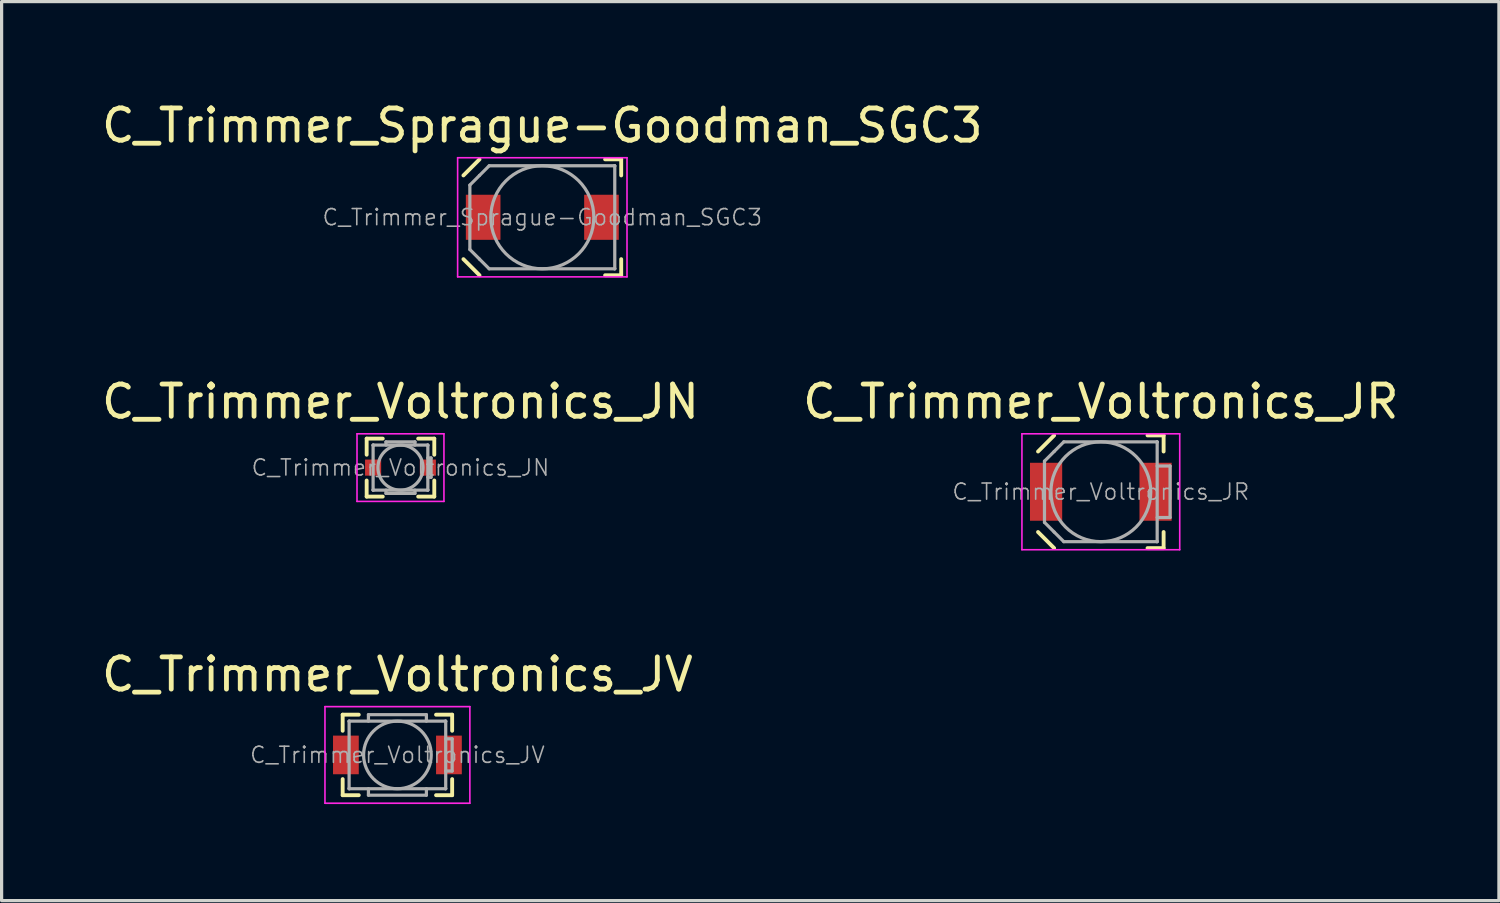
<source format=kicad_pcb>
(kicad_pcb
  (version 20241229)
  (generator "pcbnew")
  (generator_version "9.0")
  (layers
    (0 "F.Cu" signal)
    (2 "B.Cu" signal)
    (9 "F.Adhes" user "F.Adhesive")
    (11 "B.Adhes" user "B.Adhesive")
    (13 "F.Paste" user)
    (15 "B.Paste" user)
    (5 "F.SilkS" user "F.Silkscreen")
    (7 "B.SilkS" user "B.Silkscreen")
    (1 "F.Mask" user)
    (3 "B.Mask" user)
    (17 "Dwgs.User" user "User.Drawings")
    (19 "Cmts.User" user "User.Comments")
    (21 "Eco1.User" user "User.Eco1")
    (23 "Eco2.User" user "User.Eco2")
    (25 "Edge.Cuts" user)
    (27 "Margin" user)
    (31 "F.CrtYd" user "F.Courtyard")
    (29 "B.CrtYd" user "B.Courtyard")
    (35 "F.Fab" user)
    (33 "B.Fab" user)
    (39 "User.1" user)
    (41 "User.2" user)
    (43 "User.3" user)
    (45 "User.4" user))
  (footprint "C_Trimmer_Voltronics_JV"
    (layer "F.Cu")
    (at 9.292 20.395)
    (property "Reference" "C_Trimmer_Voltronics_JV" (at 0 -2.5 0) (layer "F.SilkS") (effects (font (size 1 1) (thickness 0.15))))
    (attr smd)
    (fp_line (start -1.7 -1.25) (end -1.7 -0.75) (stroke (width 0.12) (type solid)) (layer "F.SilkS"))
    (fp_line (start -1.7 -1.25) (end -1.2 -1.25) (stroke (width 0.12) (type solid)) (layer "F.SilkS"))
    (fp_line (start -1.7 1.25) (end -1.7 0.75) (stroke (width 0.12) (type solid)) (layer "F.SilkS"))
    (fp_line (start -1.7 1.25) (end -1.2 1.25) (stroke (width 0.12) (type solid)) (layer "F.SilkS"))
    (fp_line (start 1.7 -1.25) (end 1.2 -1.25) (stroke (width 0.12) (type solid)) (layer "F.SilkS"))
    (fp_line (start 1.7 -1.25) (end 1.7 -0.75) (stroke (width 0.12) (type solid)) (layer "F.SilkS"))
    (fp_line (start 1.7 1.25) (end 1.2 1.25) (stroke (width 0.12) (type solid)) (layer "F.SilkS"))
    (fp_line (start 1.7 1.25) (end 1.7 0.75) (stroke (width 0.12) (type solid)) (layer "F.SilkS"))
    (fp_line (start -2.25 -1.5) (end -2.25 1.5) (stroke (width 0.05) (type solid)) (layer "F.CrtYd"))
    (fp_line (start -2.25 1.5) (end 2.25 1.5) (stroke (width 0.05) (type solid)) (layer "F.CrtYd"))
    (fp_line (start 2.25 -1.5) (end -2.25 -1.5) (stroke (width 0.05) (type solid)) (layer "F.CrtYd"))
    (fp_line (start 2.25 1.5) (end 2.25 -1.5) (stroke (width 0.05) (type solid)) (layer "F.CrtYd"))
    (fp_line (start -1.5 -1.05) (end -1.49 -1.05) (stroke (width 0.1) (type solid)) (layer "F.Fab"))
    (fp_line (start -1.5 -1.04) (end -1.5 -1.05) (stroke (width 0.1) (type solid)) (layer "F.Fab"))
    (fp_line (start -1.5 1.04) (end -1.5 -1.04) (stroke (width 0.1) (type solid)) (layer "F.Fab"))
    (fp_line (start -1.5 1.05) (end -1.5 1.04) (stroke (width 0.1) (type solid)) (layer "F.Fab"))
    (fp_line (start -1.49 -1.05) (end 1.49 -1.05) (stroke (width 0.1) (type solid)) (layer "F.Fab"))
    (fp_line (start -1.49 1.05) (end -1.5 1.05) (stroke (width 0.1) (type solid)) (layer "F.Fab"))
    (fp_line (start -0.9 -1.25) (end 0.9 -1.25) (stroke (width 0.1) (type solid)) (layer "F.Fab"))
    (fp_line (start -0.9 -1.05) (end -0.9 -1.25) (stroke (width 0.1) (type solid)) (layer "F.Fab"))
    (fp_line (start -0.9 1.05) (end -0.9 1.25) (stroke (width 0.1) (type solid)) (layer "F.Fab"))
    (fp_line (start -0.9 1.25) (end 0.9 1.25) (stroke (width 0.1) (type solid)) (layer "F.Fab"))
    (fp_line (start 0.9 -1.25) (end 0.9 -1.05) (stroke (width 0.1) (type solid)) (layer "F.Fab"))
    (fp_line (start 0.9 1.25) (end 0.9 1.05) (stroke (width 0.1) (type solid)) (layer "F.Fab"))
    (fp_line (start 1.49 -1.05) (end 1.5 -1.05) (stroke (width 0.1) (type solid)) (layer "F.Fab"))
    (fp_line (start 1.49 1.05) (end -1.49 1.05) (stroke (width 0.1) (type solid)) (layer "F.Fab"))
    (fp_line (start 1.5 -1.05) (end 1.5 -1.04) (stroke (width 0.1) (type solid)) (layer "F.Fab"))
    (fp_line (start 1.5 -1.04) (end 1.5 1.04) (stroke (width 0.1) (type solid)) (layer "F.Fab"))
    (fp_line (start 1.5 -0.5) (end 1.7 -0.5) (stroke (width 0.1) (type solid)) (layer "F.Fab"))
    (fp_line (start 1.5 1.04) (end 1.5 1.05) (stroke (width 0.1) (type solid)) (layer "F.Fab"))
    (fp_line (start 1.5 1.05) (end 1.49 1.05) (stroke (width 0.1) (type solid)) (layer "F.Fab"))
    (fp_line (start 1.7 -0.5) (end 1.7 0.5) (stroke (width 0.1) (type solid)) (layer "F.Fab"))
    (fp_line (start 1.7 0.5) (end 1.5 0.5) (stroke (width 0.1) (type solid)) (layer "F.Fab"))
    (fp_circle (center 0 0) (end 1.05 0) (stroke (width 0.1) (type solid)) (fill no) (layer "F.Fab"))
    (fp_text user "${REFERENCE}" (at 0 0 0) (layer "F.Fab") (effects (font (size 0.5 0.5) (thickness 0.05))))
    (pad "1" smd rect (at -1.6 0) (size 0.8 1.2) (layers "F.Cu" "F.Mask" "F.Paste"))
    (pad "2" smd rect (at 1.6 0) (size 0.8 1.2) (layers "F.Cu" "F.Mask" "F.Paste")))
  (footprint "C_Trimmer_Voltronics_JR"
    (layer "F.Cu")
    (at 31.137 12.222)
    (property "Reference" "C_Trimmer_Voltronics_JR" (at 0 -2.8 0) (layer "F.SilkS") (effects (font (size 1 1) (thickness 0.15))))
    (attr smd)
    (fp_line (start -1.95 -1.25) (end -1.45 -1.75) (stroke (width 0.12) (type solid)) (layer "F.SilkS"))
    (fp_line (start -1.95 1.25) (end -1.45 1.75) (stroke (width 0.12) (type solid)) (layer "F.SilkS"))
    (fp_line (start 1.95 -1.75) (end 1.45 -1.75) (stroke (width 0.12) (type solid)) (layer "F.SilkS"))
    (fp_line (start 1.95 -1.75) (end 1.95 -1.25) (stroke (width 0.12) (type solid)) (layer "F.SilkS"))
    (fp_line (start 1.95 1.75) (end 1.45 1.75) (stroke (width 0.12) (type solid)) (layer "F.SilkS"))
    (fp_line (start 1.95 1.75) (end 1.95 1.25) (stroke (width 0.12) (type solid)) (layer "F.SilkS"))
    (fp_line (start -2.45 -1.8) (end -2.45 1.8) (stroke (width 0.05) (type solid)) (layer "F.CrtYd"))
    (fp_line (start -2.45 1.8) (end 2.45 1.8) (stroke (width 0.05) (type solid)) (layer "F.CrtYd"))
    (fp_line (start 2.45 -1.8) (end -2.45 -1.8) (stroke (width 0.05) (type solid)) (layer "F.CrtYd"))
    (fp_line (start 2.45 1.8) (end 2.45 -1.8) (stroke (width 0.05) (type solid)) (layer "F.CrtYd"))
    (fp_line (start -1.75 -0.95) (end -1.45 -1.25) (stroke (width 0.1) (type solid)) (layer "F.Fab"))
    (fp_line (start -1.75 0.95) (end -1.75 -0.95) (stroke (width 0.1) (type solid)) (layer "F.Fab"))
    (fp_line (start -1.45 -1.25) (end -1.15 -1.55) (stroke (width 0.1) (type solid)) (layer "F.Fab"))
    (fp_line (start -1.45 1.25) (end -1.75 0.95) (stroke (width 0.1) (type solid)) (layer "F.Fab"))
    (fp_line (start -1.15 -1.55) (end 1.74 -1.55) (stroke (width 0.1) (type solid)) (layer "F.Fab"))
    (fp_line (start -1.15 1.55) (end -1.45 1.25) (stroke (width 0.1) (type solid)) (layer "F.Fab"))
    (fp_line (start 1.74 -1.55) (end 1.75 -1.55) (stroke (width 0.1) (type solid)) (layer "F.Fab"))
    (fp_line (start 1.74 1.55) (end -1.15 1.55) (stroke (width 0.1) (type solid)) (layer "F.Fab"))
    (fp_line (start 1.75 -1.55) (end 1.75 -1.54) (stroke (width 0.1) (type solid)) (layer "F.Fab"))
    (fp_line (start 1.75 -1.54) (end 1.75 1.54) (stroke (width 0.1) (type solid)) (layer "F.Fab"))
    (fp_line (start 1.75 -0.8) (end 2.15 -0.8) (stroke (width 0.1) (type solid)) (layer "F.Fab"))
    (fp_line (start 1.75 1.54) (end 1.75 1.55) (stroke (width 0.1) (type solid)) (layer "F.Fab"))
    (fp_line (start 1.75 1.55) (end 1.74 1.55) (stroke (width 0.1) (type solid)) (layer "F.Fab"))
    (fp_line (start 2.15 -0.8) (end 2.15 0.8) (stroke (width 0.1) (type solid)) (layer "F.Fab"))
    (fp_line (start 2.15 0.8) (end 1.75 0.8) (stroke (width 0.1) (type solid)) (layer "F.Fab"))
    (fp_circle (center 0 0) (end 1.55 0) (stroke (width 0.1) (type solid)) (fill no) (layer "F.Fab"))
    (fp_text user "${REFERENCE}" (at 0 0 0) (layer "F.Fab") (effects (font (size 0.5 0.5) (thickness 0.05))))
    (pad "1" smd rect (at -1.7 0) (size 1 1.8) (layers "F.Cu" "F.Mask" "F.Paste"))
    (pad "2" smd rect (at 1.7 0) (size 1 1.8) (layers "F.Cu" "F.Mask" "F.Paste")))
  (footprint "C_Trimmer_Sprague-Goodman_SGC3"
    (layer "F.Cu")
    (at 13.792 3.698)
    (property "Reference" "C_Trimmer_Sprague-Goodman_SGC3" (at 0 -2.85 0) (layer "F.SilkS") (effects (font (size 1 1) (thickness 0.15))))
    (attr smd)
    (fp_line (start -2.45 -1.3) (end -1.95 -1.8) (stroke (width 0.12) (type solid)) (layer "F.SilkS"))
    (fp_line (start -2.45 1.3) (end -1.95 1.8) (stroke (width 0.12) (type solid)) (layer "F.SilkS"))
    (fp_line (start 2.45 -1.8) (end 1.95 -1.8) (stroke (width 0.12) (type solid)) (layer "F.SilkS"))
    (fp_line (start 2.45 -1.8) (end 2.45 -1.3) (stroke (width 0.12) (type solid)) (layer "F.SilkS"))
    (fp_line (start 2.45 1.8) (end 1.95 1.8) (stroke (width 0.12) (type solid)) (layer "F.SilkS"))
    (fp_line (start 2.45 1.8) (end 2.45 1.3) (stroke (width 0.12) (type solid)) (layer "F.SilkS"))
    (fp_line (start -2.63 -1.85) (end -2.63 1.85) (stroke (width 0.05) (type solid)) (layer "F.CrtYd"))
    (fp_line (start -2.63 1.85) (end 2.63 1.85) (stroke (width 0.05) (type solid)) (layer "F.CrtYd"))
    (fp_line (start 2.63 -1.85) (end -2.63 -1.85) (stroke (width 0.05) (type solid)) (layer "F.CrtYd"))
    (fp_line (start 2.63 1.85) (end 2.63 -1.85) (stroke (width 0.05) (type solid)) (layer "F.CrtYd"))
    (fp_line (start -2.25 -1) (end -1.95 -1.3) (stroke (width 0.1) (type solid)) (layer "F.Fab"))
    (fp_line (start -2.25 1) (end -2.25 -1) (stroke (width 0.1) (type solid)) (layer "F.Fab"))
    (fp_line (start -1.95 -1.3) (end -1.65 -1.6) (stroke (width 0.1) (type solid)) (layer "F.Fab"))
    (fp_line (start -1.95 1.3) (end -2.25 1) (stroke (width 0.1) (type solid)) (layer "F.Fab"))
    (fp_line (start -1.65 -1.6) (end 2.24 -1.6) (stroke (width 0.1) (type solid)) (layer "F.Fab"))
    (fp_line (start -1.65 1.6) (end -1.95 1.3) (stroke (width 0.1) (type solid)) (layer "F.Fab"))
    (fp_line (start 2.24 -1.6) (end 2.25 -1.6) (stroke (width 0.1) (type solid)) (layer "F.Fab"))
    (fp_line (start 2.24 1.6) (end -1.65 1.6) (stroke (width 0.1) (type solid)) (layer "F.Fab"))
    (fp_line (start 2.25 -1.6) (end 2.25 -1.59) (stroke (width 0.1) (type solid)) (layer "F.Fab"))
    (fp_line (start 2.25 -1.59) (end 2.25 1.59) (stroke (width 0.1) (type solid)) (layer "F.Fab"))
    (fp_line (start 2.25 1.59) (end 2.25 1.6) (stroke (width 0.1) (type solid)) (layer "F.Fab"))
    (fp_line (start 2.25 1.6) (end 2.24 1.6) (stroke (width 0.1) (type solid)) (layer "F.Fab"))
    (fp_circle (center 0 0) (end 1.6 0) (stroke (width 0.1) (type solid)) (fill no) (layer "F.Fab"))
    (fp_text user "${REFERENCE}" (at 0 0 0) (layer "F.Fab") (effects (font (size 0.5 0.5) (thickness 0.05))))
    (pad "1" smd rect (at -1.837 0) (size 1.075 1.4) (layers "F.Cu" "F.Mask" "F.Paste"))
    (pad "2" smd rect (at 1.837 0) (size 1.075 1.4) (layers "F.Cu" "F.Mask" "F.Paste")))
  (footprint "C_Trimmer_Voltronics_JN"
    (layer "F.Cu")
    (at 9.387 11.472)
    (property "Reference" "C_Trimmer_Voltronics_JN" (at 0 -2.05 0) (layer "F.SilkS") (effects (font (size 1 1) (thickness 0.15))))
    (attr smd)
    (fp_line (start -1.05 -0.9) (end -1.05 -0.4) (stroke (width 0.12) (type solid)) (layer "F.SilkS"))
    (fp_line (start -1.05 -0.9) (end -0.55 -0.9) (stroke (width 0.12) (type solid)) (layer "F.SilkS"))
    (fp_line (start -1.05 0.9) (end -1.05 0.4) (stroke (width 0.12) (type solid)) (layer "F.SilkS"))
    (fp_line (start -1.05 0.9) (end -0.55 0.9) (stroke (width 0.12) (type solid)) (layer "F.SilkS"))
    (fp_line (start 1.05 -0.9) (end 0.55 -0.9) (stroke (width 0.12) (type solid)) (layer "F.SilkS"))
    (fp_line (start 1.05 -0.9) (end 1.05 -0.4) (stroke (width 0.12) (type solid)) (layer "F.SilkS"))
    (fp_line (start 1.05 0.9) (end 0.55 0.9) (stroke (width 0.12) (type solid)) (layer "F.SilkS"))
    (fp_line (start 1.05 0.9) (end 1.05 0.4) (stroke (width 0.12) (type solid)) (layer "F.SilkS"))
    (fp_line (start -1.35 -1.05) (end -1.35 1.05) (stroke (width 0.05) (type solid)) (layer "F.CrtYd"))
    (fp_line (start -1.35 1.05) (end 1.35 1.05) (stroke (width 0.05) (type solid)) (layer "F.CrtYd"))
    (fp_line (start 1.35 -1.05) (end -1.35 -1.05) (stroke (width 0.05) (type solid)) (layer "F.CrtYd"))
    (fp_line (start 1.35 1.05) (end 1.35 -1.05) (stroke (width 0.05) (type solid)) (layer "F.CrtYd"))
    (fp_line (start -0.85 -0.7) (end -0.84 -0.7) (stroke (width 0.1) (type solid)) (layer "F.Fab"))
    (fp_line (start -0.85 -0.69) (end -0.85 -0.7) (stroke (width 0.1) (type solid)) (layer "F.Fab"))
    (fp_line (start -0.85 0.69) (end -0.85 -0.69) (stroke (width 0.1) (type solid)) (layer "F.Fab"))
    (fp_line (start -0.85 0.7) (end -0.85 0.69) (stroke (width 0.1) (type solid)) (layer "F.Fab"))
    (fp_line (start -0.84 -0.7) (end 0.84 -0.7) (stroke (width 0.1) (type solid)) (layer "F.Fab"))
    (fp_line (start -0.84 0.7) (end -0.85 0.7) (stroke (width 0.1) (type solid)) (layer "F.Fab"))
    (fp_line (start -0.45 -0.8) (end 0.45 -0.8) (stroke (width 0.1) (type solid)) (layer "F.Fab"))
    (fp_line (start -0.45 -0.7) (end -0.45 -0.8) (stroke (width 0.1) (type solid)) (layer "F.Fab"))
    (fp_line (start -0.45 0.7) (end -0.45 0.8) (stroke (width 0.1) (type solid)) (layer "F.Fab"))
    (fp_line (start -0.45 0.8) (end 0.45 0.8) (stroke (width 0.1) (type solid)) (layer "F.Fab"))
    (fp_line (start 0.45 -0.8) (end 0.45 -0.7) (stroke (width 0.1) (type solid)) (layer "F.Fab"))
    (fp_line (start 0.45 0.8) (end 0.45 0.7) (stroke (width 0.1) (type solid)) (layer "F.Fab"))
    (fp_line (start 0.84 -0.7) (end 0.85 -0.7) (stroke (width 0.1) (type solid)) (layer "F.Fab"))
    (fp_line (start 0.84 0.7) (end -0.84 0.7) (stroke (width 0.1) (type solid)) (layer "F.Fab"))
    (fp_line (start 0.85 -0.7) (end 0.85 -0.69) (stroke (width 0.1) (type solid)) (layer "F.Fab"))
    (fp_line (start 0.85 -0.69) (end 0.85 0.69) (stroke (width 0.1) (type solid)) (layer "F.Fab"))
    (fp_line (start 0.85 -0.3) (end 0.95 -0.3) (stroke (width 0.1) (type solid)) (layer "F.Fab"))
    (fp_line (start 0.85 0.69) (end 0.85 0.7) (stroke (width 0.1) (type solid)) (layer "F.Fab"))
    (fp_line (start 0.85 0.7) (end 0.84 0.7) (stroke (width 0.1) (type solid)) (layer "F.Fab"))
    (fp_line (start 0.95 -0.3) (end 0.95 0.3) (stroke (width 0.1) (type solid)) (layer "F.Fab"))
    (fp_line (start 0.95 0.3) (end 0.85 0.3) (stroke (width 0.1) (type solid)) (layer "F.Fab"))
    (fp_circle (center 0 0) (end 0.7 0) (stroke (width 0.1) (type solid)) (fill no) (layer "F.Fab"))
    (fp_text user "${REFERENCE}" (at 0 0 0) (layer "F.Fab") (effects (font (size 0.5 0.5) (thickness 0.05))))
    (pad "1" smd rect (at -0.85 0) (size 0.5 0.5) (layers "F.Cu" "F.Mask" "F.Paste"))
    (pad "2" smd rect (at 0.85 0) (size 0.5 0.5) (layers "F.Cu" "F.Mask" "F.Paste")))
  (gr_rect
    (start -3 -3)
    (end 43.5 24.92)
    (stroke (width 0.1) (type default))
    (fill no)
    (layer "Edge.Cuts")))
</source>
